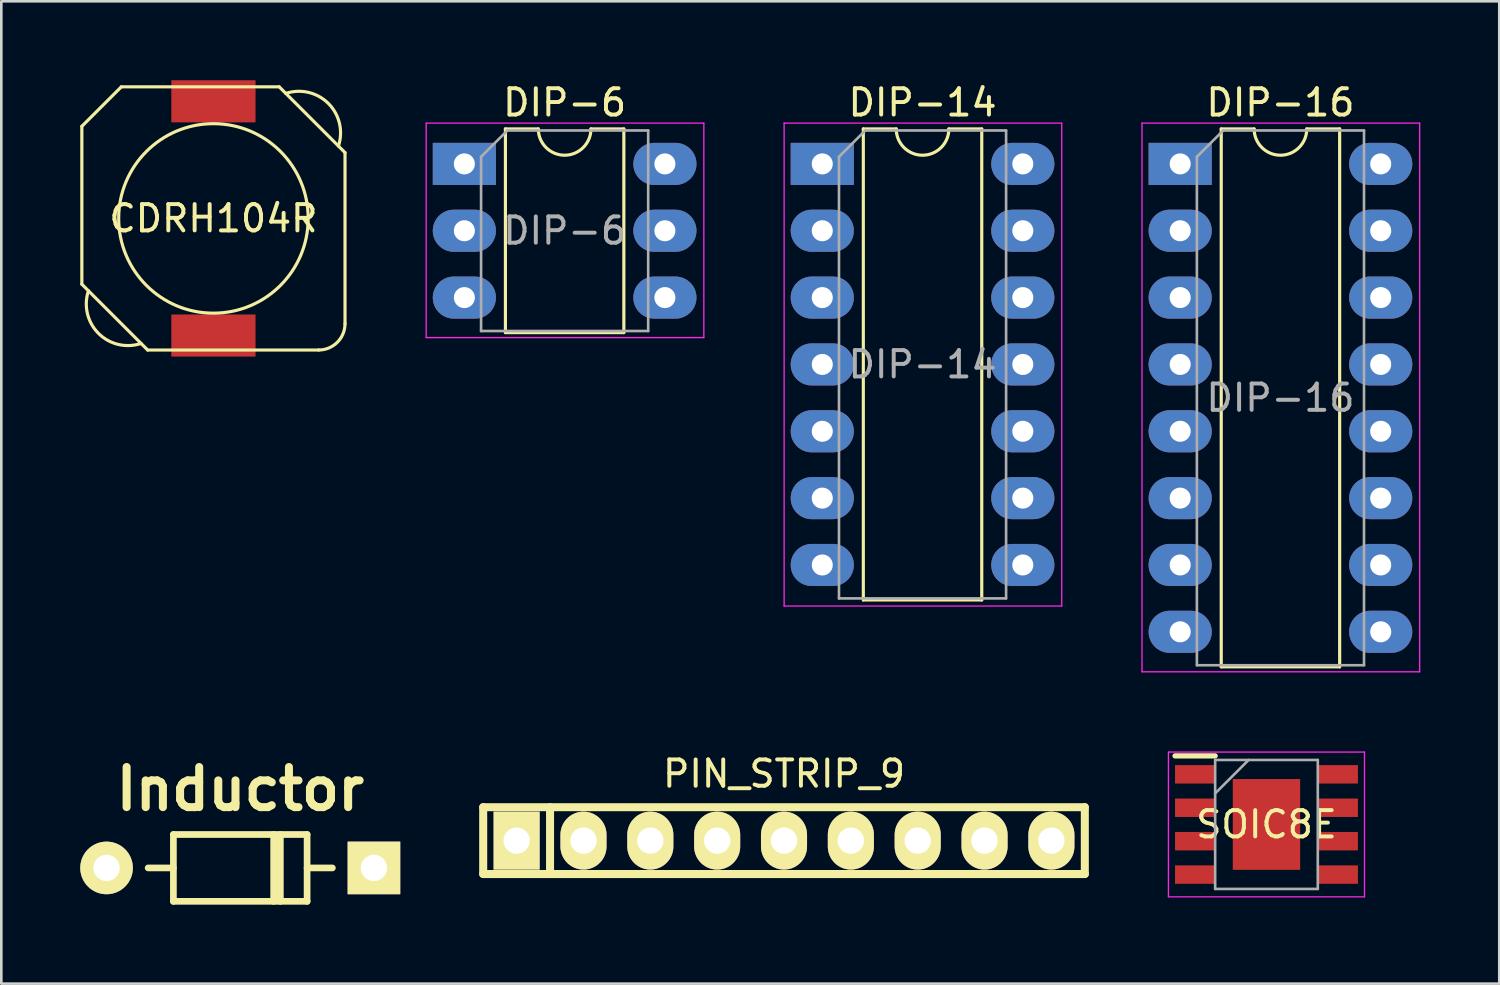
<source format=kicad_pcb>
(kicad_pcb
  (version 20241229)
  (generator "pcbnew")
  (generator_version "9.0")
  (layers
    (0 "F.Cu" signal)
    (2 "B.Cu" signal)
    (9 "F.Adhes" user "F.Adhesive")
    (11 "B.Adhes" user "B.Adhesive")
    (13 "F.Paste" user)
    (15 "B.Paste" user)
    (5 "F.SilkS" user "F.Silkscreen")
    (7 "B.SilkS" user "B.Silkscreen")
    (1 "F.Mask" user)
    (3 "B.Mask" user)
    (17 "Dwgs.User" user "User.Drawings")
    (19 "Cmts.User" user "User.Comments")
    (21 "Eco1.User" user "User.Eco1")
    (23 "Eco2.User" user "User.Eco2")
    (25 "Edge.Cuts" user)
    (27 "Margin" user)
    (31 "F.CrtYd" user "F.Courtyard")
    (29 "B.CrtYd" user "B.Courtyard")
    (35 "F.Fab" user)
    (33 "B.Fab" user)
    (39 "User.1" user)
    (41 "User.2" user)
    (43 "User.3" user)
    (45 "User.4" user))
  (footprint "DIP-14"
    (layer "F.Cu")
    (at 28.195 3.178)
    (property "Reference" "DIP-14" (at 3.81 -2.33 0) (layer "F.SilkS") (effects (font (size 1 1) (thickness 0.15))))
    (attr through_hole)
    (fp_line (start 1.56 -1.33) (end 1.56 16.57) (stroke (width 0.12) (type solid)) (layer "F.SilkS"))
    (fp_line (start 1.56 16.57) (end 6.06 16.57) (stroke (width 0.12) (type solid)) (layer "F.SilkS"))
    (fp_line (start 2.81 -1.33) (end 1.56 -1.33) (stroke (width 0.12) (type solid)) (layer "F.SilkS"))
    (fp_line (start 6.06 -1.33) (end 4.81 -1.33) (stroke (width 0.12) (type solid)) (layer "F.SilkS"))
    (fp_line (start 6.06 16.57) (end 6.06 -1.33) (stroke (width 0.12) (type solid)) (layer "F.SilkS"))
    (fp_arc (start 4.81 -1.33) (mid 3.81 -0.33) (end 2.81 -1.33) (stroke (width 0.12) (type solid)) (layer "F.SilkS"))
    (fp_line (start -1.45 -1.55) (end -1.45 16.8) (stroke (width 0.05) (type solid)) (layer "F.CrtYd"))
    (fp_line (start -1.45 16.8) (end 9.1 16.8) (stroke (width 0.05) (type solid)) (layer "F.CrtYd"))
    (fp_line (start 9.1 -1.55) (end -1.45 -1.55) (stroke (width 0.05) (type solid)) (layer "F.CrtYd"))
    (fp_line (start 9.1 16.8) (end 9.1 -1.55) (stroke (width 0.05) (type solid)) (layer "F.CrtYd"))
    (fp_line (start 0.635 -0.27) (end 1.635 -1.27) (stroke (width 0.1) (type solid)) (layer "F.Fab"))
    (fp_line (start 0.635 16.51) (end 0.635 -0.27) (stroke (width 0.1) (type solid)) (layer "F.Fab"))
    (fp_line (start 1.635 -1.27) (end 6.985 -1.27) (stroke (width 0.1) (type solid)) (layer "F.Fab"))
    (fp_line (start 6.985 -1.27) (end 6.985 16.51) (stroke (width 0.1) (type solid)) (layer "F.Fab"))
    (fp_line (start 6.985 16.51) (end 0.635 16.51) (stroke (width 0.1) (type solid)) (layer "F.Fab"))
    (fp_text user "${REFERENCE}" (at 3.81 7.62 0) (layer "F.Fab") (effects (font (size 1 1) (thickness 0.15))))
    (pad "1" thru_hole rect (at 0 0) (size 2.4 1.6) (drill 0.8) (layers "*.Cu" "*.Mask"))
    (pad "2" thru_hole oval (at 0 2.54) (size 2.4 1.6) (drill 0.8) (layers "*.Cu" "*.Mask"))
    (pad "3" thru_hole oval (at 0 5.08) (size 2.4 1.6) (drill 0.8) (layers "*.Cu" "*.Mask"))
    (pad "4" thru_hole oval (at 0 7.62) (size 2.4 1.6) (drill 0.8) (layers "*.Cu" "*.Mask"))
    (pad "5" thru_hole oval (at 0 10.16) (size 2.4 1.6) (drill 0.8) (layers "*.Cu" "*.Mask"))
    (pad "6" thru_hole oval (at 0 12.7) (size 2.4 1.6) (drill 0.8) (layers "*.Cu" "*.Mask"))
    (pad "7" thru_hole oval (at 0 15.24) (size 2.4 1.6) (drill 0.8) (layers "*.Cu" "*.Mask"))
    (pad "8" thru_hole oval (at 7.62 15.24) (size 2.4 1.6) (drill 0.8) (layers "*.Cu" "*.Mask"))
    (pad "9" thru_hole oval (at 7.62 12.7) (size 2.4 1.6) (drill 0.8) (layers "*.Cu" "*.Mask"))
    (pad "10" thru_hole oval (at 7.62 10.16) (size 2.4 1.6) (drill 0.8) (layers "*.Cu" "*.Mask"))
    (pad "11" thru_hole oval (at 7.62 7.62) (size 2.4 1.6) (drill 0.8) (layers "*.Cu" "*.Mask"))
    (pad "12" thru_hole oval (at 7.62 5.08) (size 2.4 1.6) (drill 0.8) (layers "*.Cu" "*.Mask"))
    (pad "13" thru_hole oval (at 7.62 2.54) (size 2.4 1.6) (drill 0.8) (layers "*.Cu" "*.Mask"))
    (pad "14" thru_hole oval (at 7.62 0) (size 2.4 1.6) (drill 0.8) (layers "*.Cu" "*.Mask")))
  (footprint "PIN_STRIP_9"
    (layer "F.Cu")
    (at 26.741 28.892)
    (property "Reference" "PIN_STRIP_9" (at 0 -2.54 0) (layer "F.SilkS") (effects (font (size 1 1) (thickness 0.15))))
    (attr through_hole)
    (fp_line (start -11.43 -1.27) (end 11.43 -1.27) (stroke (width 0.305) (type solid)) (layer "F.SilkS"))
    (fp_line (start -11.43 1.27) (end -11.43 -1.27) (stroke (width 0.305) (type solid)) (layer "F.SilkS"))
    (fp_line (start -8.89 -1.27) (end -8.89 1.27) (stroke (width 0.305) (type solid)) (layer "F.SilkS"))
    (fp_line (start 11.43 -1.27) (end 11.43 1.27) (stroke (width 0.305) (type solid)) (layer "F.SilkS"))
    (fp_line (start 11.43 1.27) (end -11.43 1.27) (stroke (width 0.305) (type solid)) (layer "F.SilkS"))
    (pad "1" thru_hole rect (at -10.16 0) (size 1.75 2.2) (drill 1.001) (layers "*.Cu" "*.Mask" "F.SilkS"))
    (pad "2" thru_hole oval (at -7.62 0) (size 1.75 2.2) (drill 1.001) (layers "*.Cu" "*.Mask" "F.SilkS"))
    (pad "3" thru_hole oval (at -5.08 0) (size 1.75 2.2) (drill 1.001) (layers "*.Cu" "*.Mask" "F.SilkS"))
    (pad "4" thru_hole oval (at -2.54 0) (size 1.75 2.2) (drill 1.001) (layers "*.Cu" "*.Mask" "F.SilkS"))
    (pad "5" thru_hole oval (at 0 0) (size 1.75 2.2) (drill 1.001) (layers "*.Cu" "*.Mask" "F.SilkS"))
    (pad "6" thru_hole oval (at 2.54 0) (size 1.75 2.2) (drill 1.001) (layers "*.Cu" "*.Mask" "F.SilkS"))
    (pad "7" thru_hole oval (at 5.08 0) (size 1.75 2.2) (drill 1.001) (layers "*.Cu" "*.Mask" "F.SilkS"))
    (pad "8" thru_hole oval (at 7.62 0) (size 1.75 2.2) (drill 1.001) (layers "*.Cu" "*.Mask" "F.SilkS"))
    (pad "9" thru_hole oval (at 10.16 0) (size 1.75 2.2) (drill 1.001) (layers "*.Cu" "*.Mask" "F.SilkS")))
  (footprint "CDRH104R"
    (layer "F.Cu")
    (at 5.06 5.25)
    (property "Reference" "CDRH104R" (at 0 0 0) (layer "F.SilkS") (effects (font (size 1 1) (thickness 0.15))))
    (attr through_hole)
    (fp_line (start -5 -3.5) (end -5 2.5) (stroke (width 0.12) (type solid)) (layer "F.SilkS"))
    (fp_line (start -5 -3.5) (end -3.5 -5) (stroke (width 0.12) (type solid)) (layer "F.SilkS"))
    (fp_line (start -5 2.5) (end -2.5 5) (stroke (width 0.12) (type solid)) (layer "F.SilkS"))
    (fp_line (start -2.5 5) (end 4 5) (stroke (width 0.12) (type solid)) (layer "F.SilkS"))
    (fp_line (start 2.5 -5) (end -3.5 -5) (stroke (width 0.12) (type solid)) (layer "F.SilkS"))
    (fp_line (start 2.5 -5) (end 5 -2.5) (stroke (width 0.12) (type solid)) (layer "F.SilkS"))
    (fp_line (start 5 4) (end 5 -2.5) (stroke (width 0.12) (type solid)) (layer "F.SilkS"))
    (fp_arc (start -2.75 4.75) (mid -4.368034 4.368034) (end -4.75 2.75) (stroke (width 0.12) (type solid)) (layer "F.SilkS"))
    (fp_arc (start 2.75 -4.75) (mid 4.368034 -4.368034) (end 4.75 -2.75) (stroke (width 0.12) (type solid)) (layer "F.SilkS"))
    (fp_arc (start 5 4) (mid 4.707107 4.707107) (end 4 5) (stroke (width 0.12) (type solid)) (layer "F.SilkS"))
    (fp_circle (center 0 0) (end -0.05 3.6) (stroke (width 0.12) (type solid)) (fill no) (layer "F.SilkS"))
    (pad "1" smd rect (at 0 -4.45) (size 3.2 1.6) (layers "F.Cu" "F.Mask" "F.Paste"))
    (pad "2" smd rect (at 0 4.45) (size 3.2 1.6) (layers "F.Cu" "F.Mask" "F.Paste")))
  (footprint "SOIC8E"
    (layer "F.Cu")
    (at 45.074 28.278)
    (property "Reference" "SOIC8E" (at 0 0 0) (layer "F.SilkS") (effects (font (size 1 1) (thickness 0.15))))
    (attr through_hole)
    (fp_line (start -3.475 -2.605) (end -1.95 -2.605) (stroke (width 0.2) (type solid)) (layer "F.SilkS"))
    (fp_line (start -3.725 -2.75) (end 3.725 -2.75) (stroke (width 0.05) (type solid)) (layer "F.CrtYd"))
    (fp_line (start -3.725 2.75) (end -3.725 -2.75) (stroke (width 0.05) (type solid)) (layer "F.CrtYd"))
    (fp_line (start 3.725 -2.75) (end 3.725 2.75) (stroke (width 0.05) (type solid)) (layer "F.CrtYd"))
    (fp_line (start 3.725 2.75) (end -3.725 2.75) (stroke (width 0.05) (type solid)) (layer "F.CrtYd"))
    (fp_line (start -1.95 -2.45) (end 1.95 -2.45) (stroke (width 0.1) (type solid)) (layer "F.Fab"))
    (fp_line (start -1.95 -1.18) (end -0.68 -2.45) (stroke (width 0.1) (type solid)) (layer "F.Fab"))
    (fp_line (start -1.95 2.45) (end -1.95 -2.45) (stroke (width 0.1) (type solid)) (layer "F.Fab"))
    (fp_line (start 1.95 -2.45) (end 1.95 2.45) (stroke (width 0.1) (type solid)) (layer "F.Fab"))
    (fp_line (start 1.95 2.45) (end -1.95 2.45) (stroke (width 0.1) (type solid)) (layer "F.Fab"))
    (pad "1" smd rect (at -2.712 -1.905 90) (size 0.7 1.525) (layers "F.Cu" "F.Mask" "F.Paste"))
    (pad "2" smd rect (at -2.712 -0.635 90) (size 0.7 1.525) (layers "F.Cu" "F.Mask" "F.Paste"))
    (pad "3" smd rect (at -2.712 0.635 90) (size 0.7 1.525) (layers "F.Cu" "F.Mask" "F.Paste"))
    (pad "4" smd rect (at -2.712 1.905 90) (size 0.7 1.525) (layers "F.Cu" "F.Mask" "F.Paste"))
    (pad "5" smd rect (at 2.712 1.905 90) (size 0.7 1.525) (layers "F.Cu" "F.Mask" "F.Paste"))
    (pad "6" smd rect (at 2.712 0.635 90) (size 0.7 1.525) (layers "F.Cu" "F.Mask" "F.Paste"))
    (pad "7" smd rect (at 2.712 -0.635 90) (size 0.7 1.525) (layers "F.Cu" "F.Mask" "F.Paste"))
    (pad "8" smd rect (at 2.712 -1.905 90) (size 0.7 1.525) (layers "F.Cu" "F.Mask" "F.Paste"))
    (pad "9" smd rect (at 0 0) (size 2.56 3.45) (layers "F.Cu" "F.Mask" "F.Paste")))
  (footprint "DIP-16"
    (layer "F.Cu")
    (at 41.795 3.178)
    (property "Reference" "DIP-16" (at 3.81 -2.33 0) (layer "F.SilkS") (effects (font (size 1 1) (thickness 0.15))))
    (attr through_hole)
    (fp_line (start 1.56 -1.33) (end 1.56 19.11) (stroke (width 0.12) (type solid)) (layer "F.SilkS"))
    (fp_line (start 1.56 19.11) (end 6.06 19.11) (stroke (width 0.12) (type solid)) (layer "F.SilkS"))
    (fp_line (start 2.81 -1.33) (end 1.56 -1.33) (stroke (width 0.12) (type solid)) (layer "F.SilkS"))
    (fp_line (start 6.06 -1.33) (end 4.81 -1.33) (stroke (width 0.12) (type solid)) (layer "F.SilkS"))
    (fp_line (start 6.06 19.11) (end 6.06 -1.33) (stroke (width 0.12) (type solid)) (layer "F.SilkS"))
    (fp_arc (start 4.81 -1.33) (mid 3.81 -0.33) (end 2.81 -1.33) (stroke (width 0.12) (type solid)) (layer "F.SilkS"))
    (fp_line (start -1.45 -1.55) (end -1.45 19.3) (stroke (width 0.05) (type solid)) (layer "F.CrtYd"))
    (fp_line (start -1.45 19.3) (end 9.1 19.3) (stroke (width 0.05) (type solid)) (layer "F.CrtYd"))
    (fp_line (start 9.1 -1.55) (end -1.45 -1.55) (stroke (width 0.05) (type solid)) (layer "F.CrtYd"))
    (fp_line (start 9.1 19.3) (end 9.1 -1.55) (stroke (width 0.05) (type solid)) (layer "F.CrtYd"))
    (fp_line (start 0.635 -0.27) (end 1.635 -1.27) (stroke (width 0.1) (type solid)) (layer "F.Fab"))
    (fp_line (start 0.635 19.05) (end 0.635 -0.27) (stroke (width 0.1) (type solid)) (layer "F.Fab"))
    (fp_line (start 1.635 -1.27) (end 6.985 -1.27) (stroke (width 0.1) (type solid)) (layer "F.Fab"))
    (fp_line (start 6.985 -1.27) (end 6.985 19.05) (stroke (width 0.1) (type solid)) (layer "F.Fab"))
    (fp_line (start 6.985 19.05) (end 0.635 19.05) (stroke (width 0.1) (type solid)) (layer "F.Fab"))
    (fp_text user "${REFERENCE}" (at 3.81 8.89 0) (layer "F.Fab") (effects (font (size 1 1) (thickness 0.15))))
    (pad "1" thru_hole rect (at 0 0) (size 2.4 1.6) (drill 0.8) (layers "*.Cu" "*.Mask"))
    (pad "2" thru_hole oval (at 0 2.54) (size 2.4 1.6) (drill 0.8) (layers "*.Cu" "*.Mask"))
    (pad "3" thru_hole oval (at 0 5.08) (size 2.4 1.6) (drill 0.8) (layers "*.Cu" "*.Mask"))
    (pad "4" thru_hole oval (at 0 7.62) (size 2.4 1.6) (drill 0.8) (layers "*.Cu" "*.Mask"))
    (pad "5" thru_hole oval (at 0 10.16) (size 2.4 1.6) (drill 0.8) (layers "*.Cu" "*.Mask"))
    (pad "6" thru_hole oval (at 0 12.7) (size 2.4 1.6) (drill 0.8) (layers "*.Cu" "*.Mask"))
    (pad "7" thru_hole oval (at 0 15.24) (size 2.4 1.6) (drill 0.8) (layers "*.Cu" "*.Mask"))
    (pad "8" thru_hole oval (at 0 17.78) (size 2.4 1.6) (drill 0.8) (layers "*.Cu" "*.Mask"))
    (pad "9" thru_hole oval (at 7.62 17.78) (size 2.4 1.6) (drill 0.8) (layers "*.Cu" "*.Mask"))
    (pad "10" thru_hole oval (at 7.62 15.24) (size 2.4 1.6) (drill 0.8) (layers "*.Cu" "*.Mask"))
    (pad "11" thru_hole oval (at 7.62 12.7) (size 2.4 1.6) (drill 0.8) (layers "*.Cu" "*.Mask"))
    (pad "12" thru_hole oval (at 7.62 10.16) (size 2.4 1.6) (drill 0.8) (layers "*.Cu" "*.Mask"))
    (pad "13" thru_hole oval (at 7.62 7.62) (size 2.4 1.6) (drill 0.8) (layers "*.Cu" "*.Mask"))
    (pad "14" thru_hole oval (at 7.62 5.08) (size 2.4 1.6) (drill 0.8) (layers "*.Cu" "*.Mask"))
    (pad "15" thru_hole oval (at 7.62 2.54) (size 2.4 1.6) (drill 0.8) (layers "*.Cu" "*.Mask"))
    (pad "16" thru_hole oval (at 7.62 0) (size 2.4 1.6) (drill 0.8) (layers "*.Cu" "*.Mask")))
  (footprint "DIP-6"
    (layer "F.Cu")
    (at 14.595 3.178)
    (property "Reference" "DIP-6" (at 3.81 -2.33 0) (layer "F.SilkS") (effects (font (size 1 1) (thickness 0.15))))
    (attr through_hole)
    (fp_line (start 1.56 -1.33) (end 1.56 6.41) (stroke (width 0.12) (type solid)) (layer "F.SilkS"))
    (fp_line (start 1.56 6.41) (end 6.06 6.41) (stroke (width 0.12) (type solid)) (layer "F.SilkS"))
    (fp_line (start 2.81 -1.33) (end 1.56 -1.33) (stroke (width 0.12) (type solid)) (layer "F.SilkS"))
    (fp_line (start 6.06 -1.33) (end 4.81 -1.33) (stroke (width 0.12) (type solid)) (layer "F.SilkS"))
    (fp_line (start 6.06 6.41) (end 6.06 -1.33) (stroke (width 0.12) (type solid)) (layer "F.SilkS"))
    (fp_arc (start 4.81 -1.33) (mid 3.81 -0.33) (end 2.81 -1.33) (stroke (width 0.12) (type solid)) (layer "F.SilkS"))
    (fp_line (start -1.45 -1.55) (end -1.45 6.6) (stroke (width 0.05) (type solid)) (layer "F.CrtYd"))
    (fp_line (start -1.45 6.6) (end 9.1 6.6) (stroke (width 0.05) (type solid)) (layer "F.CrtYd"))
    (fp_line (start 9.1 -1.55) (end -1.45 -1.55) (stroke (width 0.05) (type solid)) (layer "F.CrtYd"))
    (fp_line (start 9.1 6.6) (end 9.1 -1.55) (stroke (width 0.05) (type solid)) (layer "F.CrtYd"))
    (fp_line (start 0.635 -0.27) (end 1.635 -1.27) (stroke (width 0.1) (type solid)) (layer "F.Fab"))
    (fp_line (start 0.635 6.35) (end 0.635 -0.27) (stroke (width 0.1) (type solid)) (layer "F.Fab"))
    (fp_line (start 1.635 -1.27) (end 6.985 -1.27) (stroke (width 0.1) (type solid)) (layer "F.Fab"))
    (fp_line (start 6.985 -1.27) (end 6.985 6.35) (stroke (width 0.1) (type solid)) (layer "F.Fab"))
    (fp_line (start 6.985 6.35) (end 0.635 6.35) (stroke (width 0.1) (type solid)) (layer "F.Fab"))
    (fp_text user "${REFERENCE}" (at 3.81 2.54 0) (layer "F.Fab") (effects (font (size 1 1) (thickness 0.15))))
    (pad "1" thru_hole rect (at 0 0) (size 2.4 1.6) (drill 0.8) (layers "*.Cu" "*.Mask"))
    (pad "2" thru_hole oval (at 0 2.54) (size 2.4 1.6) (drill 0.8) (layers "*.Cu" "*.Mask"))
    (pad "3" thru_hole oval (at 0 5.08) (size 2.4 1.6) (drill 0.8) (layers "*.Cu" "*.Mask"))
    (pad "4" thru_hole oval (at 7.62 5.08) (size 2.4 1.6) (drill 0.8) (layers "*.Cu" "*.Mask"))
    (pad "5" thru_hole oval (at 7.62 2.54) (size 2.4 1.6) (drill 0.8) (layers "*.Cu" "*.Mask"))
    (pad "6" thru_hole oval (at 7.62 0) (size 2.4 1.6) (drill 0.8) (layers "*.Cu" "*.Mask")))
  (footprint "Inductor"
    (layer "F.Cu")
    (at 6.079 29.93)
    (property "Reference" "Inductor" (at 0 -3 0) (layer "F.SilkS") (effects (font (size 1.524 1.524) (thickness 0.305))))
    (attr through_hole)
    (fp_line (start -2.54 -1.27) (end -2.54 1.27) (stroke (width 0.254) (type solid)) (layer "F.SilkS"))
    (fp_line (start -2.54 -1.27) (end 2.54 -1.27) (stroke (width 0.254) (type solid)) (layer "F.SilkS"))
    (fp_line (start -2.54 0) (end -3.5 0) (stroke (width 0.254) (type solid)) (layer "F.SilkS"))
    (fp_line (start 1.27 -1.27) (end 1.27 1.27) (stroke (width 0.254) (type solid)) (layer "F.SilkS"))
    (fp_line (start 1.524 1.27) (end 1.524 -1.27) (stroke (width 0.254) (type solid)) (layer "F.SilkS"))
    (fp_line (start 2.54 -1.27) (end 2.54 1.27) (stroke (width 0.254) (type solid)) (layer "F.SilkS"))
    (fp_line (start 2.54 1.27) (end -2.54 1.27) (stroke (width 0.254) (type solid)) (layer "F.SilkS"))
    (fp_line (start 3.5 0) (end 2.54 0) (stroke (width 0.254) (type solid)) (layer "F.SilkS"))
    (pad "1" thru_hole circle (at -5.08 0) (size 1.999 1.999) (drill 1.001) (layers "*.Cu" "*.Mask" "F.SilkS"))
    (pad "2" thru_hole rect (at 5.08 0) (size 1.999 1.999) (drill 1.001) (layers "*.Cu" "*.Mask" "F.SilkS")))
  (gr_rect
    (start -3 -3)
    (end 53.92 34.327)
    (stroke (width 0.1) (type default))
    (fill no)
    (layer "Edge.Cuts")))
</source>
